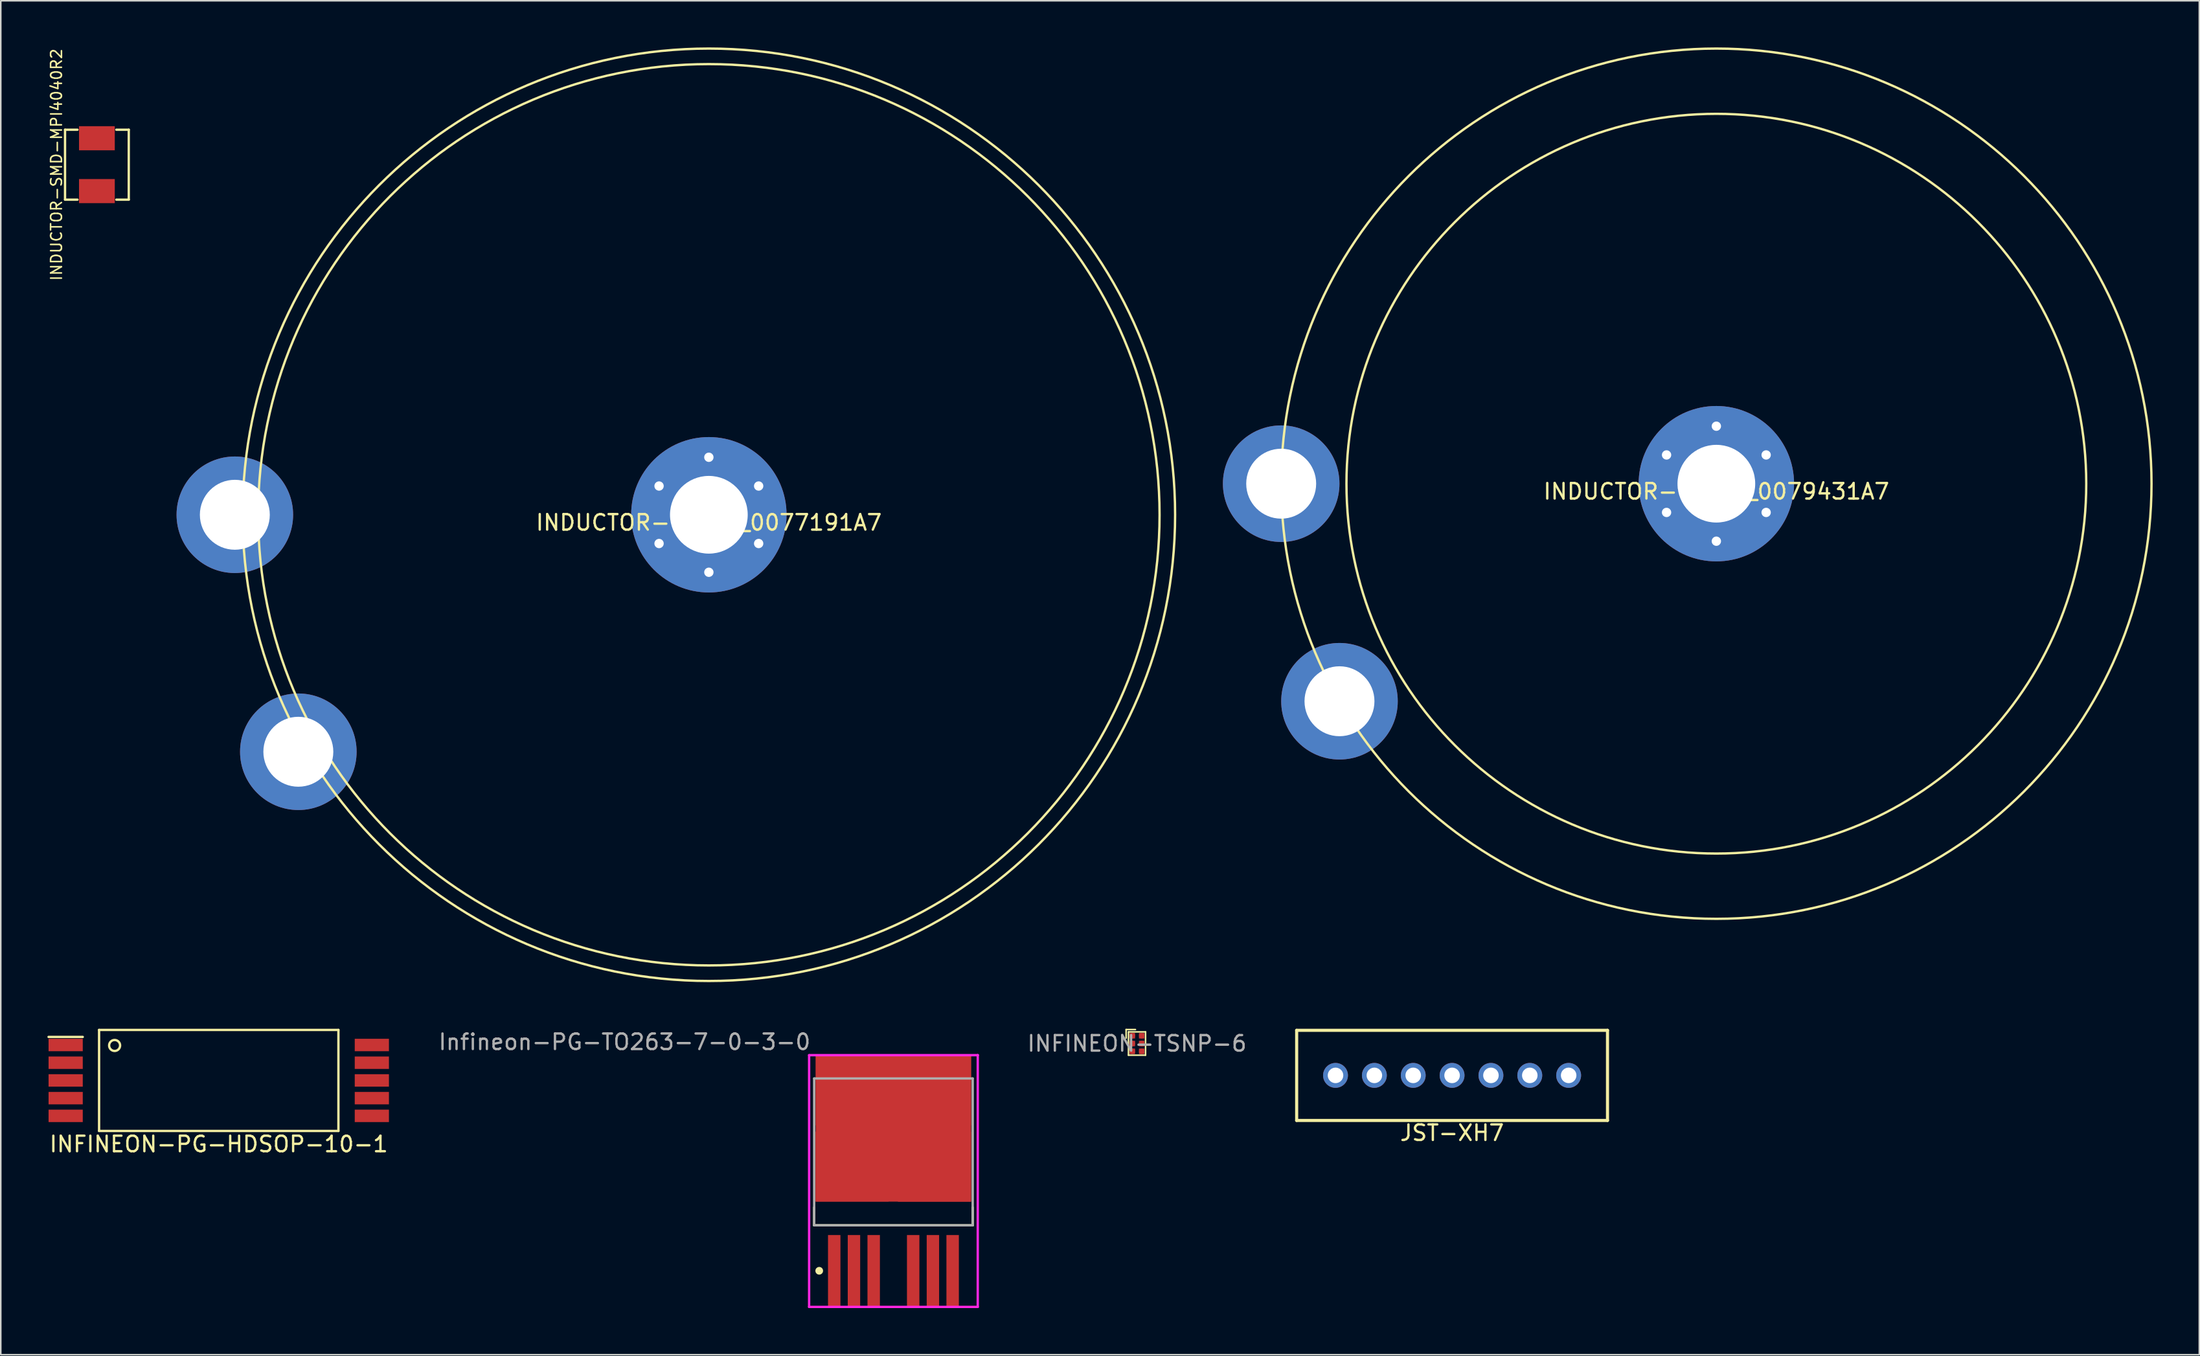
<source format=kicad_pcb>
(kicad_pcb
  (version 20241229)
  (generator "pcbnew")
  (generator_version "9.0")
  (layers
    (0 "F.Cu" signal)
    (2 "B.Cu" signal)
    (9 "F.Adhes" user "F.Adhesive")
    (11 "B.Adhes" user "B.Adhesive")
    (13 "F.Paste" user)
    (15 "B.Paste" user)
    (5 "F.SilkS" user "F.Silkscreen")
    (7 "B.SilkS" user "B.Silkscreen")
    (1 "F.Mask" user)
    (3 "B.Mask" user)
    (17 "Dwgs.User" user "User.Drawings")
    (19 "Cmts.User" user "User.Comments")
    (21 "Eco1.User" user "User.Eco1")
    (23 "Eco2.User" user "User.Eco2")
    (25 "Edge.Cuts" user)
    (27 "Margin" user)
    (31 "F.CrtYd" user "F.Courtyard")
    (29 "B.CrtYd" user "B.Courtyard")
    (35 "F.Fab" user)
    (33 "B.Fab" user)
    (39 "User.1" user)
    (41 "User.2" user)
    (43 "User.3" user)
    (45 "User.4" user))
  (footprint "INDUCTOR-toroid_0079431A7"
    (layer "F.Cu")
    (at 107.385 28.075)
    (property "Reference" "INDUCTOR-toroid_0079431A7" (at 0 0.5 0) (layer "F.SilkS") (effects (font (size 1 1) (thickness 0.15))))
    (attr through_hole)
    (fp_circle (center 0 0) (end 23.8 0) (stroke (width 0.15) (type solid)) (fill no) (layer "F.SilkS"))
    (fp_circle (center 0 0) (end 28 0) (stroke (width 0.15) (type solid)) (fill no) (layer "F.SilkS"))
    (pad "" thru_hole circle (at -3.204 -1.85 60) (size 1 1) (drill 0.6) (layers "*.Cu" "*.Mask"))
    (pad "" thru_hole circle (at -3.204 1.85 120) (size 1 1) (drill 0.6) (layers "*.Cu" "*.Mask"))
    (pad "" thru_hole circle (at 0 -3.7) (size 1 1) (drill 0.6) (layers "*.Cu" "*.Mask"))
    (pad "" thru_hole circle (at 0 0) (size 10 10) (drill 5) (layers "*.Cu" "*.Mask"))
    (pad "" thru_hole circle (at 0 3.7 180) (size 1 1) (drill 0.6) (layers "*.Cu" "*.Mask"))
    (pad "" thru_hole circle (at 3.204 -1.85 300) (size 1 1) (drill 0.6) (layers "*.Cu" "*.Mask"))
    (pad "" thru_hole circle (at 3.204 1.85 240) (size 1 1) (drill 0.6) (layers "*.Cu" "*.Mask"))
    (pad "1" thru_hole circle (at -28 0) (size 7.5 7.5) (drill 4.5) (layers "*.Cu" "*.Mask"))
    (pad "2" thru_hole circle (at -24.249 14) (size 7.5 7.5) (drill 4.5) (layers "*.Cu" "*.Mask")))
  (footprint "INFINEON-TSNP-6"
    (layer "F.Cu")
    (at 70.108 64.1)
    (property "Reference" "INFINEON-TSNP-6" (at 0 0 0) (layer "F.Fab") (effects (font (size 1 1) (thickness 0.15))))
    (attr through_hole)
    (fp_line (start -0.7 -0.9) (end -0.7 -0.35) (stroke (width 0.1) (type solid)) (layer "F.SilkS"))
    (fp_line (start -0.7 -0.9) (end -0.1 -0.9) (stroke (width 0.1) (type solid)) (layer "F.SilkS"))
    (fp_line (start -0.55 -0.75) (end 0.55 -0.75) (stroke (width 0.1) (type solid)) (layer "F.SilkS"))
    (fp_line (start -0.55 0.75) (end -0.55 -0.75) (stroke (width 0.1) (type solid)) (layer "F.SilkS"))
    (fp_line (start 0.55 -0.75) (end 0.55 0.75) (stroke (width 0.1) (type solid)) (layer "F.SilkS"))
    (fp_line (start 0.55 0.75) (end -0.55 0.75) (stroke (width 0.1) (type solid)) (layer "F.SilkS"))
    (pad "1" smd circle (at -0.3 -0.5) (size 0.35 0.35) (layers "F.Cu" "F.Paste"))
    (pad "1" smd rect (at -0.3 -0.5) (size 0.35 0.35) (layers "F.Cu" "F.Mask"))
    (pad "2" smd circle (at -0.3 0) (size 0.35 0.35) (layers "F.Cu" "F.Paste"))
    (pad "2" smd rect (at -0.3 0) (size 0.35 0.35) (layers "F.Cu" "F.Mask"))
    (pad "3" smd circle (at -0.3 0.5) (size 0.35 0.35) (layers "F.Cu" "F.Paste"))
    (pad "3" smd rect (at -0.3 0.5) (size 0.35 0.35) (layers "F.Cu" "F.Mask"))
    (pad "4" smd circle (at 0.3 0.5) (size 0.35 0.35) (layers "F.Cu" "F.Paste"))
    (pad "4" smd rect (at 0.3 0.5) (size 0.35 0.35) (layers "F.Cu" "F.Mask"))
    (pad "5" smd circle (at 0.3 0) (size 0.35 0.35) (layers "F.Cu" "F.Paste"))
    (pad "5" smd rect (at 0.3 0) (size 0.35 0.35) (layers "F.Cu" "F.Mask"))
    (pad "6" smd circle (at 0.3 -0.5) (size 0.35 0.35) (layers "F.Cu" "F.Paste"))
    (pad "6" smd rect (at 0.3 -0.5) (size 0.35 0.35) (layers "F.Cu" "F.Mask")))
  (footprint "INDUCTOR-toroid_0077191A7"
    (layer "F.Cu")
    (at 42.56 30.075)
    (property "Reference" "INDUCTOR-toroid_0077191A7" (at 0 0.5 0) (layer "F.SilkS") (effects (font (size 1 1) (thickness 0.15))))
    (attr through_hole)
    (fp_circle (center 0 0) (end 29 0) (stroke (width 0.15) (type solid)) (fill no) (layer "F.SilkS"))
    (fp_circle (center 0 0) (end 30 0.1) (stroke (width 0.15) (type solid)) (fill no) (layer "F.SilkS"))
    (pad "" thru_hole circle (at -3.204 -1.85 60) (size 1 1) (drill 0.6) (layers "*.Cu" "*.Mask"))
    (pad "" thru_hole circle (at -3.204 1.85 120) (size 1 1) (drill 0.6) (layers "*.Cu" "*.Mask"))
    (pad "" thru_hole circle (at 0 -3.7) (size 1 1) (drill 0.6) (layers "*.Cu" "*.Mask"))
    (pad "" thru_hole circle (at 0 0) (size 10 10) (drill 5) (layers "*.Cu" "*.Mask"))
    (pad "" thru_hole circle (at 0 3.7 180) (size 1 1) (drill 0.6) (layers "*.Cu" "*.Mask"))
    (pad "" thru_hole circle (at 3.204 -1.85 300) (size 1 1) (drill 0.6) (layers "*.Cu" "*.Mask"))
    (pad "" thru_hole circle (at 3.204 1.85 240) (size 1 1) (drill 0.6) (layers "*.Cu" "*.Mask"))
    (pad "1" thru_hole circle (at -30.5 0) (size 7.5 7.5) (drill 4.5) (layers "*.Cu" "*.Mask"))
    (pad "2" thru_hole circle (at -26.414 15.25) (size 7.5 7.5) (drill 4.5) (layers "*.Cu" "*.Mask")))
  (footprint "Infineon-PG-TO263-7-0-3-0"
    (layer "F.Cu")
    (at 54.436 72.949)
    (property "Reference" "Infineon-PG-TO263-7-0-3-0" (at -5.25 -8.95 180) (layer "F.Fab") (effects (font (size 1 1) (thickness 0.15)) (justify right)))
    (attr smd)
    (fp_line (start -5.1 2.85) (end -5.1 1.7) (stroke (width 0.15) (type solid)) (layer "F.SilkS"))
    (fp_line (start -5.1 2.85) (end 5.1 2.85) (stroke (width 0.15) (type solid)) (layer "F.SilkS"))
    (fp_line (start 5.1 2.85) (end 5.1 1.7) (stroke (width 0.15) (type solid)) (layer "F.SilkS"))
    (fp_circle (center -4.775 5.775) (end -4.65 5.775) (stroke (width 0.25) (type solid)) (fill no) (layer "F.SilkS"))
    (fp_line (start -5.425 -8.1) (end -5.425 8.1) (stroke (width 0.15) (type solid)) (layer "F.CrtYd"))
    (fp_line (start -5.425 8.1) (end 5.425 8.1) (stroke (width 0.15) (type solid)) (layer "F.CrtYd"))
    (fp_line (start 5.425 -8.1) (end -5.425 -8.1) (stroke (width 0.15) (type solid)) (layer "F.CrtYd"))
    (fp_line (start 5.425 -8.1) (end 5.425 -8.1) (stroke (width 0.15) (type solid)) (layer "F.CrtYd"))
    (fp_line (start 5.425 8.1) (end 5.425 -8.1) (stroke (width 0.15) (type solid)) (layer "F.CrtYd"))
    (fp_line (start -5.1 -6.6) (end 5.1 -6.6) (stroke (width 0.15) (type solid)) (layer "F.Fab"))
    (fp_line (start -5.1 2.85) (end -5.1 -6.6) (stroke (width 0.15) (type solid)) (layer "F.Fab"))
    (fp_line (start 5.1 -6.6) (end 5.1 2.85) (stroke (width 0.15) (type solid)) (layer "F.Fab"))
    (fp_line (start 5.1 2.85) (end -5.1 2.85) (stroke (width 0.15) (type solid)) (layer "F.Fab"))
    (pad "1" smd rect (at -3.81 5.775) (size 0.8 4.6) (layers "F.Cu" "F.Mask" "F.Paste"))
    (pad "2" smd rect (at -2.54 5.775) (size 0.8 4.6) (layers "F.Cu" "F.Mask" "F.Paste"))
    (pad "3" smd rect (at -1.27 5.775) (size 0.8 4.6) (layers "F.Cu" "F.Mask" "F.Paste"))
    (pad "4" smd rect (at -2.66 -0.93 180) (size 4.7 4.5) (layers "F.Cu" "F.Paste"))
    (pad "4" smd rect (at -2.65 -5.83) (size 4.7 4.5) (layers "F.Cu" "F.Paste"))
    (pad "4" smd rect (at 0 -3.375) (size 10 9.4) (layers "F.Cu" "F.Mask"))
    (pad "4" smd rect (at 2.64 -5.83) (size 4.7 4.5) (layers "F.Cu" "F.Paste"))
    (pad "4" smd rect (at 2.64 -0.92) (size 4.7 4.5) (layers "F.Cu" "F.Paste"))
    (pad "5" smd rect (at 1.27 5.775) (size 0.8 4.6) (layers "F.Cu" "F.Mask" "F.Paste"))
    (pad "6" smd rect (at 2.54 5.775) (size 0.8 4.6) (layers "F.Cu" "F.Mask" "F.Paste"))
    (pad "7" smd rect (at 3.81 5.775) (size 0.8 4.6) (layers "F.Cu" "F.Mask" "F.Paste")))
  (footprint "INDUCTOR-SMD-MPI4040R2"
    (layer "F.Cu")
    (at 3.185 7.547)
    (property "Reference" "INDUCTOR-SMD-MPI4040R2" (at -2.6 0 90) (layer "F.SilkS") (effects (font (size 0.7 0.7) (thickness 0.1))))
    (attr through_hole)
    (fp_line (start -2.05 -2.25) (end -2.05 2.25) (stroke (width 0.15) (type solid)) (layer "F.SilkS"))
    (fp_line (start -2.05 -2.25) (end -1.25 -2.25) (stroke (width 0.15) (type solid)) (layer "F.SilkS"))
    (fp_line (start -2.05 2.25) (end -1.25 2.25) (stroke (width 0.15) (type solid)) (layer "F.SilkS"))
    (fp_line (start 2.05 -2.25) (end 1.25 -2.25) (stroke (width 0.15) (type solid)) (layer "F.SilkS"))
    (fp_line (start 2.05 -2.25) (end 2.05 2.25) (stroke (width 0.15) (type solid)) (layer "F.SilkS"))
    (fp_line (start 2.05 2.25) (end 1.25 2.25) (stroke (width 0.15) (type solid)) (layer "F.SilkS"))
    (pad "1" smd rect (at 0 -1.7) (size 2.3 1.55) (layers "F.Cu" "F.Mask" "F.Paste"))
    (pad "2" smd rect (at 0 1.7) (size 2.3 1.55) (layers "F.Cu" "F.Mask" "F.Paste")))
  (footprint "JST-XH7"
    (layer "F.Cu")
    (at 90.381 66.15)
    (property "Reference" "JST-XH7" (at 0 3.7 0) (layer "F.SilkS") (effects (font (size 1 1) (thickness 0.15))))
    (attr through_hole)
    (fp_line (start -10 2.9) (end -10 -2.9) (stroke (width 0.2) (type solid)) (layer "F.SilkS"))
    (fp_line (start -10 2.9) (end 10 2.9) (stroke (width 0.2) (type solid)) (layer "F.SilkS"))
    (fp_line (start 10 -2.9) (end -10 -2.9) (stroke (width 0.2) (type solid)) (layer "F.SilkS"))
    (fp_line (start 10 2.9) (end 10 -2.9) (stroke (width 0.2) (type solid)) (layer "F.SilkS"))
    (pad "1" thru_hole circle (at -7.5 0) (size 1.6 1.6) (drill 1) (layers "*.Cu" "*.Mask"))
    (pad "2" thru_hole circle (at -5 0) (size 1.6 1.6) (drill 1) (layers "*.Cu" "*.Mask"))
    (pad "3" thru_hole circle (at -2.5 0) (size 1.6 1.6) (drill 1) (layers "*.Cu" "*.Mask"))
    (pad "4" thru_hole circle (at 0 0) (size 1.6 1.6) (drill 1) (layers "*.Cu" "*.Mask"))
    (pad "5" thru_hole circle (at 2.5 0) (size 1.6 1.6) (drill 1) (layers "*.Cu" "*.Mask"))
    (pad "6" thru_hole circle (at 5 0) (size 1.6 1.6) (drill 1) (layers "*.Cu" "*.Mask"))
    (pad "7" thru_hole circle (at 7.5 0) (size 1.6 1.6) (drill 1) (layers "*.Cu" "*.Mask")))
  (footprint "INFINEON-PG-HDSOP-10-1"
    (layer "F.Cu")
    (at 11.025 66.475)
    (property "Reference" "INFINEON-PG-HDSOP-10-1" (at 0 4.1 0) (layer "F.SilkS") (effects (font (size 1 1) (thickness 0.15))))
    (attr through_hole)
    (fp_line (start -10.95 -2.8) (end -8.75 -2.8) (stroke (width 0.15) (type solid)) (layer "F.SilkS"))
    (fp_line (start -7.7 -3.25) (end 7.7 -3.25) (stroke (width 0.15) (type solid)) (layer "F.SilkS"))
    (fp_line (start -7.7 3.25) (end -7.7 -3.25) (stroke (width 0.15) (type solid)) (layer "F.SilkS"))
    (fp_line (start -7.7 3.25) (end 7.7 3.25) (stroke (width 0.15) (type solid)) (layer "F.SilkS"))
    (fp_line (start 7.7 -3.25) (end 7.7 3.25) (stroke (width 0.15) (type solid)) (layer "F.SilkS"))
    (fp_circle (center -6.7 -2.25) (end -6.35 -2.3) (stroke (width 0.15) (type solid)) (fill no) (layer "F.SilkS"))
    (pad "1" smd rect (at -9.85 -2.28) (size 2.2 0.8) (layers "F.Cu" "F.Mask" "F.Paste"))
    (pad "2" smd rect (at -9.85 -1.14) (size 2.2 0.8) (layers "F.Cu" "F.Mask" "F.Paste"))
    (pad "3" smd rect (at -9.85 0) (size 2.2 0.8) (layers "F.Cu" "F.Mask" "F.Paste"))
    (pad "4" smd rect (at -9.85 1.14) (size 2.2 0.8) (layers "F.Cu" "F.Mask" "F.Paste"))
    (pad "5" smd rect (at -9.85 2.28) (size 2.2 0.8) (layers "F.Cu" "F.Mask" "F.Paste"))
    (pad "6" smd rect (at 9.85 2.28) (size 2.2 0.8) (layers "F.Cu" "F.Mask" "F.Paste"))
    (pad "7" smd rect (at 9.85 1.14) (size 2.2 0.8) (layers "F.Cu" "F.Mask" "F.Paste"))
    (pad "8" smd rect (at 9.85 0) (size 2.2 0.8) (layers "F.Cu" "F.Mask" "F.Paste"))
    (pad "9" smd rect (at 9.85 -1.14) (size 2.2 0.8) (layers "F.Cu" "F.Mask" "F.Paste"))
    (pad "10" smd rect (at 9.85 -2.28) (size 2.2 0.8) (layers "F.Cu" "F.Mask" "F.Paste")))
  (gr_rect
    (start -3 -3)
    (end 138.46 84.124)
    (stroke (width 0.1) (type default))
    (fill no)
    (layer "Edge.Cuts")))
</source>
